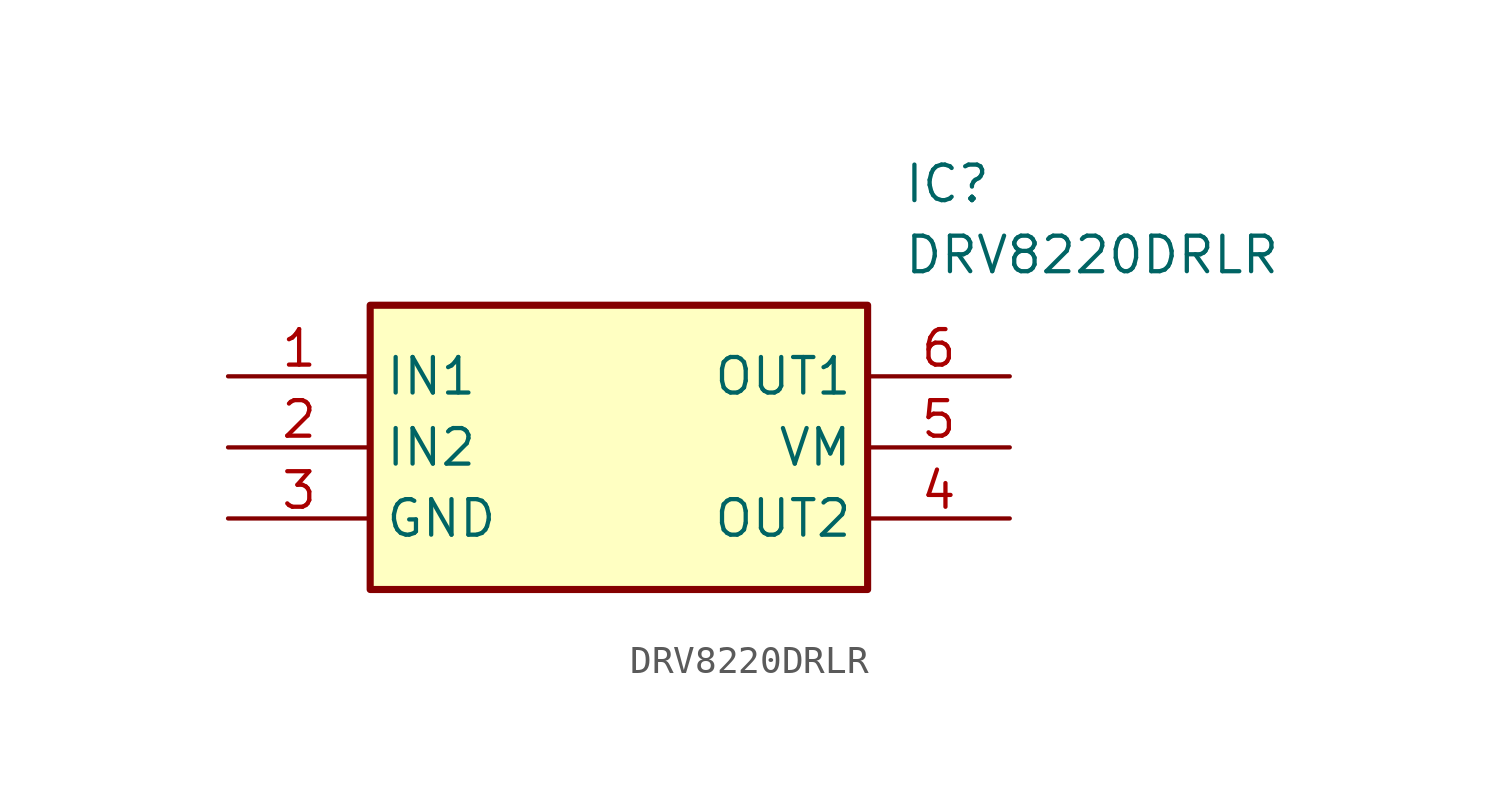
<source format=kicad_sym>
(kicad_symbol_lib
  (version 20211014)
  (generator SamacSys_ECAD_Model)
  (symbol "DRV8220DRLR"
    (property "Reference" "IC"
      (at 24.13 7.62 0)
      (effects (font (size 1.27 1.27)) (justify left top)))
    (property "Value" "DRV8220DRLR"
      (at 24.13 5.08 0)
      (effects (font (size 1.27 1.27)) (justify left top)))
    (rectangle
      (start 5.08 2.54)
      (end 22.86 -7.62)
      (stroke (width 0.254) (type default))
      (fill (type background)))
    (pin passive line
      (at 0 0 0)
      (length 5.08)
      (name "IN1" (effects (font (size 1.27 1.27))))
      (number "1" (effects (font (size 1.27 1.27)))))
    (pin passive line
      (at 0 -2.54 0)
      (length 5.08)
      (name "IN2" (effects (font (size 1.27 1.27))))
      (number "2" (effects (font (size 1.27 1.27)))))
    (pin passive line
      (at 0 -5.08 0)
      (length 5.08)
      (name "GND" (effects (font (size 1.27 1.27))))
      (number "3" (effects (font (size 1.27 1.27)))))
    (pin passive line
      (at 27.94 -5.08 180)
      (length 5.08)
      (name "OUT2" (effects (font (size 1.27 1.27))))
      (number "4" (effects (font (size 1.27 1.27)))))
    (pin passive line
      (at 27.94 -2.54 180)
      (length 5.08)
      (name "VM" (effects (font (size 1.27 1.27))))
      (number "5" (effects (font (size 1.27 1.27)))))
    (pin passive line
      (at 27.94 0 180)
      (length 5.08)
      (name "OUT1" (effects (font (size 1.27 1.27))))
      (number "6" (effects (font (size 1.27 1.27)))))))
</source>
